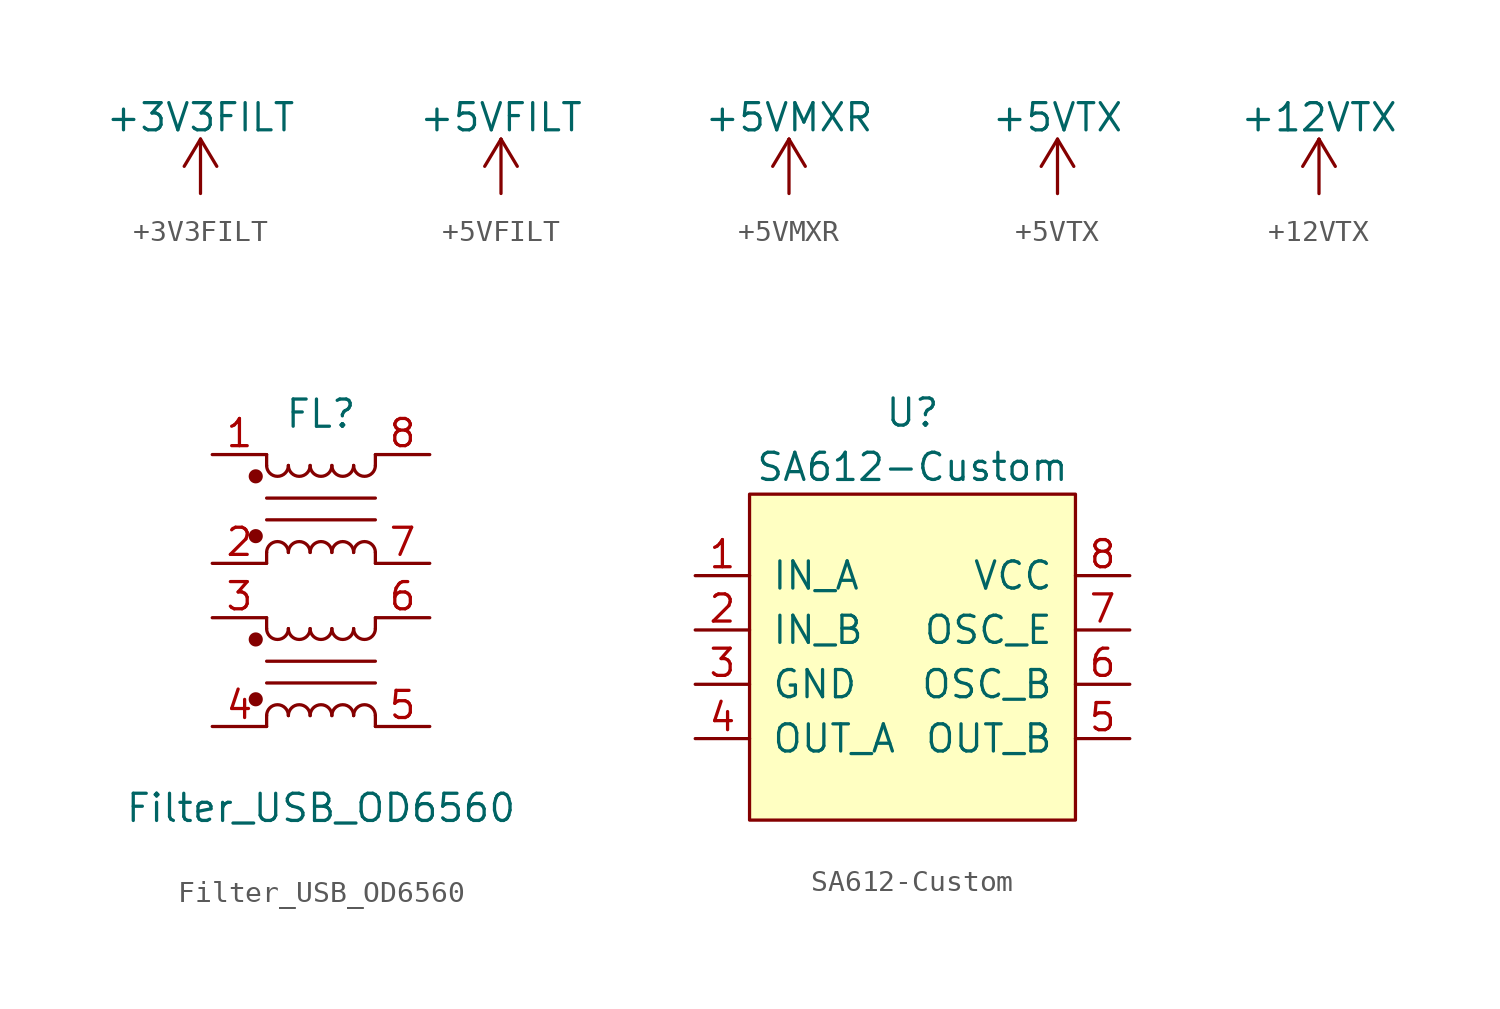
<source format=kicad_sym>
(kicad_symbol_lib
  (version 20211014)
  (generator kicad_symbol_editor)
  (symbol "+3V3FILT"
    (power)
    (pin_names
      (offset 0))
    (property "Reference" "#PWR"
      (at 0 -3.81 0)
      (effects (font (size 1.27 1.27)) hide))
    (property "Value" "+3V3FILT"
      (at 0 3.556 0)
      (effects (font (size 1.27 1.27))))
    (symbol "+3V3FILT_0_1"
      (polyline (pts (xy -0.762 1.27) (xy 0 2.54)) (stroke (width 0) (type default) (color 0 0 0 0)) (fill (type none)))
      (polyline (pts (xy 0 0) (xy 0 2.54)) (stroke (width 0) (type default) (color 0 0 0 0)) (fill (type none)))
      (polyline (pts (xy 0 2.54) (xy 0.762 1.27)) (stroke (width 0) (type default) (color 0 0 0 0)) (fill (type none))))
    (symbol "+3V3FILT_1_1"
      (pin power_in line (at 0 0 90) (length 0) hide (name "+3V3FILT" (effects (font (size 1.27 1.27)))) (number "1" (effects (font (size 1.27 1.27)))))))
  (symbol "+5VFILT"
    (power)
    (pin_names
      (offset 0))
    (property "Reference" "#PWR"
      (at 0 -3.81 0)
      (effects (font (size 1.27 1.27)) hide))
    (property "Value" "+5VFILT"
      (at 0 3.556 0)
      (effects (font (size 1.27 1.27))))
    (symbol "+5VFILT_0_1"
      (polyline (pts (xy -0.762 1.27) (xy 0 2.54)) (stroke (width 0) (type default) (color 0 0 0 0)) (fill (type none)))
      (polyline (pts (xy 0 0) (xy 0 2.54)) (stroke (width 0) (type default) (color 0 0 0 0)) (fill (type none)))
      (polyline (pts (xy 0 2.54) (xy 0.762 1.27)) (stroke (width 0) (type default) (color 0 0 0 0)) (fill (type none))))
    (symbol "+5VFILT_1_1"
      (pin power_in line (at 0 0 90) (length 0) hide (name "+5VFILT" (effects (font (size 1.27 1.27)))) (number "1" (effects (font (size 1.27 1.27)))))))
  (symbol "+5VMXR"
    (power)
    (pin_names
      (offset 0))
    (property "Reference" "#PWR"
      (at 0 -3.81 0)
      (effects (font (size 1.27 1.27)) hide))
    (property "Value" "+5VMXR"
      (at 0 3.556 0)
      (effects (font (size 1.27 1.27))))
    (symbol "+5VMXR_0_1"
      (polyline (pts (xy -0.762 1.27) (xy 0 2.54)) (stroke (width 0) (type default) (color 0 0 0 0)) (fill (type none)))
      (polyline (pts (xy 0 0) (xy 0 2.54)) (stroke (width 0) (type default) (color 0 0 0 0)) (fill (type none)))
      (polyline (pts (xy 0 2.54) (xy 0.762 1.27)) (stroke (width 0) (type default) (color 0 0 0 0)) (fill (type none))))
    (symbol "+5VMXR_1_1"
      (pin power_in line (at 0 0 90) (length 0) hide (name "+5VMXR" (effects (font (size 1.27 1.27)))) (number "1" (effects (font (size 1.27 1.27)))))))
  (symbol "+5VTX"
    (power)
    (pin_names
      (offset 0))
    (property "Reference" "#PWR"
      (at 0 -3.81 0)
      (effects (font (size 1.27 1.27)) hide))
    (property "Value" "+5VTX"
      (at 0 3.556 0)
      (effects (font (size 1.27 1.27))))
    (symbol "+5VTX_0_1"
      (polyline (pts (xy -0.762 1.27) (xy 0 2.54)) (stroke (width 0) (type default) (color 0 0 0 0)) (fill (type none)))
      (polyline (pts (xy 0 0) (xy 0 2.54)) (stroke (width 0) (type default) (color 0 0 0 0)) (fill (type none)))
      (polyline (pts (xy 0 2.54) (xy 0.762 1.27)) (stroke (width 0) (type default) (color 0 0 0 0)) (fill (type none))))
    (symbol "+5VTX_1_1"
      (pin power_in line (at 0 0 90) (length 0) hide (name "+5VTX" (effects (font (size 1.27 1.27)))) (number "1" (effects (font (size 1.27 1.27)))))))
  (symbol "+12VTX"
    (power)
    (pin_names
      (offset 0))
    (property "Reference" "#PWR"
      (at 0 -3.81 0)
      (effects (font (size 1.27 1.27)) hide))
    (property "Value" "+12VTX"
      (at 0 3.556 0)
      (effects (font (size 1.27 1.27))))
    (symbol "+12VTX_0_1"
      (polyline (pts (xy -0.762 1.27) (xy 0 2.54)) (stroke (width 0) (type default) (color 0 0 0 0)) (fill (type none)))
      (polyline (pts (xy 0 0) (xy 0 2.54)) (stroke (width 0) (type default) (color 0 0 0 0)) (fill (type none)))
      (polyline (pts (xy 0 2.54) (xy 0.762 1.27)) (stroke (width 0) (type default) (color 0 0 0 0)) (fill (type none))))
    (symbol "+12VTX_1_1"
      (pin power_in line (at 0 0 90) (length 0) hide (name "+12VTX" (effects (font (size 1.27 1.27)))) (number "1" (effects (font (size 1.27 1.27)))))))
  (symbol "Filter_USB_OD6560"
    (pin_names
      (offset 0.254) hide)
    (property "Reference" "FL"
      (at 0 4.445 0)
      (effects (font (size 1.27 1.27))))
    (property "Value" "Filter_USB_OD6560"
      (at 0 -13.97 0)
      (effects (font (size 1.27 1.27))))
    (symbol "Filter_USB_OD6560_0_1"
      (circle (center -3.048 -8.89) (radius 0.254) (stroke (width 0) (type default) (color 0 0 0 0)) (fill (type outline)))
      (circle (center -3.048 -6.096) (radius 0.254) (stroke (width 0) (type default) (color 0 0 0 0)) (fill (type outline)))
      (circle (center -3.048 -1.27) (radius 0.254) (stroke (width 0) (type default) (color 0 0 0 0)) (fill (type outline)))
      (circle (center -3.048 1.524) (radius 0.254) (stroke (width 0) (type default) (color 0 0 0 0)) (fill (type outline)))
      (arc (start -2.54 -5.588) (mid -2.032 -6.096) (end -1.524 -5.588) (stroke (width 0) (type default) (color 0 0 0 0)) (fill (type none)))
      (arc (start -2.54 2.032) (mid -2.032 1.524) (end -1.524 2.032) (stroke (width 0) (type default) (color 0 0 0 0)) (fill (type none)))
      (arc (start -1.524 -9.652) (mid -2.032 -9.144) (end -2.54 -9.652) (stroke (width 0) (type default) (color 0 0 0 0)) (fill (type none)))
      (arc (start -1.524 -5.588) (mid -1.016 -6.096) (end -0.508 -5.588) (stroke (width 0) (type default) (color 0 0 0 0)) (fill (type none)))
      (arc (start -1.524 -2.032) (mid -2.032 -1.524) (end -2.54 -2.032) (stroke (width 0) (type default) (color 0 0 0 0)) (fill (type none)))
      (arc (start -1.524 2.032) (mid -1.016 1.524) (end -0.508 2.032) (stroke (width 0) (type default) (color 0 0 0 0)) (fill (type none)))
      (arc (start -0.508 -9.652) (mid -1.016 -9.144) (end -1.524 -9.652) (stroke (width 0) (type default) (color 0 0 0 0)) (fill (type none)))
      (arc (start -0.508 -5.588) (mid 0 -6.096) (end 0.508 -5.588) (stroke (width 0) (type default) (color 0 0 0 0)) (fill (type none)))
      (arc (start -0.508 -2.032) (mid -1.016 -1.524) (end -1.524 -2.032) (stroke (width 0) (type default) (color 0 0 0 0)) (fill (type none)))
      (arc (start -0.508 2.032) (mid 0 1.524) (end 0.508 2.032) (stroke (width 0) (type default) (color 0 0 0 0)) (fill (type none)))
      (polyline (pts (xy -2.54 -9.652) (xy -2.54 -10.16)) (stroke (width 0) (type default) (color 0 0 0 0)) (fill (type none)))
      (polyline (pts (xy -2.54 -7.112) (xy 2.54 -7.112)) (stroke (width 0) (type default) (color 0 0 0 0)) (fill (type none)))
      (polyline (pts (xy -2.54 -5.588) (xy -2.54 -5.08)) (stroke (width 0) (type default) (color 0 0 0 0)) (fill (type none)))
      (polyline (pts (xy -2.54 -2.032) (xy -2.54 -2.54)) (stroke (width 0) (type default) (color 0 0 0 0)) (fill (type none)))
      (polyline (pts (xy -2.54 0.508) (xy 2.54 0.508)) (stroke (width 0) (type default) (color 0 0 0 0)) (fill (type none)))
      (polyline (pts (xy -2.54 2.032) (xy -2.54 2.54)) (stroke (width 0) (type default) (color 0 0 0 0)) (fill (type none)))
      (polyline (pts (xy 2.54 -9.652) (xy 2.54 -10.16)) (stroke (width 0) (type default) (color 0 0 0 0)) (fill (type none)))
      (polyline (pts (xy 2.54 -8.128) (xy -2.54 -8.128)) (stroke (width 0) (type default) (color 0 0 0 0)) (fill (type none)))
      (polyline (pts (xy 2.54 -5.08) (xy 2.54 -5.588)) (stroke (width 0) (type default) (color 0 0 0 0)) (fill (type none)))
      (polyline (pts (xy 2.54 -2.032) (xy 2.54 -2.54)) (stroke (width 0) (type default) (color 0 0 0 0)) (fill (type none)))
      (polyline (pts (xy 2.54 -0.508) (xy -2.54 -0.508)) (stroke (width 0) (type default) (color 0 0 0 0)) (fill (type none)))
      (polyline (pts (xy 2.54 2.54) (xy 2.54 2.032)) (stroke (width 0) (type default) (color 0 0 0 0)) (fill (type none)))
      (arc (start 0.508 -9.652) (mid 0 -9.144) (end -0.508 -9.652) (stroke (width 0) (type default) (color 0 0 0 0)) (fill (type none)))
      (arc (start 0.508 -5.588) (mid 1.016 -6.096) (end 1.524 -5.588) (stroke (width 0) (type default) (color 0 0 0 0)) (fill (type none)))
      (arc (start 0.508 -2.032) (mid 0 -1.524) (end -0.508 -2.032) (stroke (width 0) (type default) (color 0 0 0 0)) (fill (type none)))
      (arc (start 0.508 2.032) (mid 1.016 1.524) (end 1.524 2.032) (stroke (width 0) (type default) (color 0 0 0 0)) (fill (type none)))
      (arc (start 1.524 -9.652) (mid 1.016 -9.144) (end 0.508 -9.652) (stroke (width 0) (type default) (color 0 0 0 0)) (fill (type none)))
      (arc (start 1.524 -5.588) (mid 2.032 -6.096) (end 2.54 -5.588) (stroke (width 0) (type default) (color 0 0 0 0)) (fill (type none)))
      (arc (start 1.524 -2.032) (mid 1.016 -1.524) (end 0.508 -2.032) (stroke (width 0) (type default) (color 0 0 0 0)) (fill (type none)))
      (arc (start 1.524 2.032) (mid 2.032 1.524) (end 2.54 2.032) (stroke (width 0) (type default) (color 0 0 0 0)) (fill (type none)))
      (arc (start 2.54 -9.652) (mid 2.032 -9.144) (end 1.524 -9.652) (stroke (width 0) (type default) (color 0 0 0 0)) (fill (type none)))
      (arc (start 2.54 -2.032) (mid 2.032 -1.524) (end 1.524 -2.032) (stroke (width 0) (type default) (color 0 0 0 0)) (fill (type none))))
    (symbol "Filter_USB_OD6560_1_1"
      (pin passive line (at -5.08 2.54 0) (length 2.54) (name "1" (effects (font (size 1.27 1.27)))) (number "1" (effects (font (size 1.27 1.27)))))
      (pin passive line (at -5.08 -2.54 0) (length 2.54) (name "2" (effects (font (size 1.27 1.27)))) (number "2" (effects (font (size 1.27 1.27)))))
      (pin passive line (at -5.08 -5.08 0) (length 2.54) (name "3" (effects (font (size 1.27 1.27)))) (number "3" (effects (font (size 1.27 1.27)))))
      (pin passive line (at -5.08 -10.16 0) (length 2.54) (name "4" (effects (font (size 1.27 1.27)))) (number "4" (effects (font (size 1.27 1.27)))))
      (pin passive line (at 5.08 -10.16 180) (length 2.54) (name "5" (effects (font (size 1.27 1.27)))) (number "5" (effects (font (size 1.27 1.27)))))
      (pin passive line (at 5.08 -5.08 180) (length 2.54) (name "6" (effects (font (size 1.27 1.27)))) (number "6" (effects (font (size 1.27 1.27)))))
      (pin passive line (at 5.08 -2.54 180) (length 2.54) (name "7" (effects (font (size 1.27 1.27)))) (number "7" (effects (font (size 1.27 1.27)))))
      (pin passive line (at 5.08 2.54 180) (length 2.54) (name "8" (effects (font (size 1.27 1.27)))) (number "8" (effects (font (size 1.27 1.27)))))))
  (symbol "SA612-Custom"
    (pin_names
      (offset 1.016))
    (property "Reference" "U"
      (at 0 11.43 0)
      (effects (font (size 1.27 1.27))))
    (property "Value" "SA612-Custom"
      (at 0 8.89 0)
      (effects (font (size 1.27 1.27))))
    (symbol "SA612-Custom_0_1"
      (rectangle (start -7.62 7.62) (end 7.62 -7.62) (stroke (width 0) (type default) (color 0 0 0 0)) (fill (type background))))
    (symbol "SA612-Custom_1_1"
      (pin input line (at -10.16 3.81 0) (length 2.54) (name "IN_A" (effects (font (size 1.27 1.27)))) (number "1" (effects (font (size 1.27 1.27)))))
      (pin input line (at -10.16 1.27 0) (length 2.54) (name "IN_B" (effects (font (size 1.27 1.27)))) (number "2" (effects (font (size 1.27 1.27)))))
      (pin power_in line (at -10.16 -1.27 0) (length 2.54) (name "GND" (effects (font (size 1.27 1.27)))) (number "3" (effects (font (size 1.27 1.27)))))
      (pin output line (at -10.16 -3.81 0) (length 2.54) (name "OUT_A" (effects (font (size 1.27 1.27)))) (number "4" (effects (font (size 1.27 1.27)))))
      (pin output line (at 10.16 -3.81 180) (length 2.54) (name "OUT_B" (effects (font (size 1.27 1.27)))) (number "5" (effects (font (size 1.27 1.27)))))
      (pin input line (at 10.16 -1.27 180) (length 2.54) (name "OSC_B" (effects (font (size 1.27 1.27)))) (number "6" (effects (font (size 1.27 1.27)))))
      (pin output line (at 10.16 1.27 180) (length 2.54) (name "OSC_E" (effects (font (size 1.27 1.27)))) (number "7" (effects (font (size 1.27 1.27)))))
      (pin power_in line (at 10.16 3.81 180) (length 2.54) (name "VCC" (effects (font (size 1.27 1.27)))) (number "8" (effects (font (size 1.27 1.27))))))))
</source>
